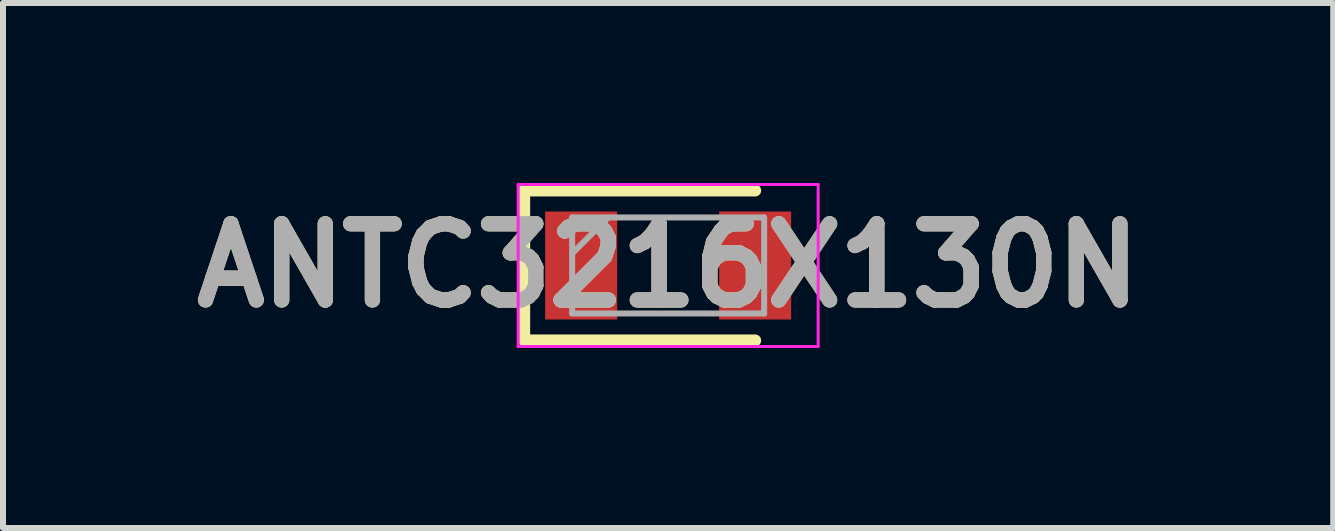
<source format=kicad_pcb>
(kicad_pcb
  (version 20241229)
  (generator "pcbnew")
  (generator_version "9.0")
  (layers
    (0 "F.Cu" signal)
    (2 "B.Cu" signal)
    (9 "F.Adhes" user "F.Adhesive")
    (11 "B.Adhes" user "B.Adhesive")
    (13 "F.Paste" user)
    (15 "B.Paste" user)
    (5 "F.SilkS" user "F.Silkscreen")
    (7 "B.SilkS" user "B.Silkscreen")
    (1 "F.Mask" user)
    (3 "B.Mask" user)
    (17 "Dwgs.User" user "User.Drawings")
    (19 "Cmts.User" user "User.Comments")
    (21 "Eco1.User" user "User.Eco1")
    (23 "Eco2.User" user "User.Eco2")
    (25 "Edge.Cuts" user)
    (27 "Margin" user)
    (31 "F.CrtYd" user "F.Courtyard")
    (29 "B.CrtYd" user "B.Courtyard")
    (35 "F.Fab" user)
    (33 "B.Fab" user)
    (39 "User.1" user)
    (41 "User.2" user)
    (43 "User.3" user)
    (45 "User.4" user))
  (footprint "ANTC3216X130N"
    (layer "F.Cu")
    (at 8.086 1.375)
    (property "Reference" "ANTC3216X130N" (at 0 0 0) (layer "F.SilkS") (effects (font (size 1.27 1.27) (thickness 0.254))))
    (attr smd)
    (fp_line (start -2.4 -1.25) (end -2.4 1.25) (stroke (width 0.2) (type solid)) (layer "F.SilkS"))
    (fp_line (start -2.4 1.25) (end 1.45 1.25) (stroke (width 0.2) (type solid)) (layer "F.SilkS"))
    (fp_line (start 1.45 -1.25) (end -2.4 -1.25) (stroke (width 0.2) (type solid)) (layer "F.SilkS"))
    (fp_line (start -2.5 -1.35) (end 2.5 -1.35) (stroke (width 0.05) (type solid)) (layer "F.CrtYd"))
    (fp_line (start -2.5 1.35) (end -2.5 -1.35) (stroke (width 0.05) (type solid)) (layer "F.CrtYd"))
    (fp_line (start 2.5 -1.35) (end 2.5 1.35) (stroke (width 0.05) (type solid)) (layer "F.CrtYd"))
    (fp_line (start 2.5 1.35) (end -2.5 1.35) (stroke (width 0.05) (type solid)) (layer "F.CrtYd"))
    (fp_line (start -1.6 -0.8) (end 1.6 -0.8) (stroke (width 0.1) (type solid)) (layer "F.Fab"))
    (fp_line (start -1.6 -0.2) (end -1 -0.8) (stroke (width 0.1) (type solid)) (layer "F.Fab"))
    (fp_line (start -1.6 0.8) (end -1.6 -0.8) (stroke (width 0.1) (type solid)) (layer "F.Fab"))
    (fp_line (start 1.6 -0.8) (end 1.6 0.8) (stroke (width 0.1) (type solid)) (layer "F.Fab"))
    (fp_line (start 1.6 0.8) (end -1.6 0.8) (stroke (width 0.1) (type solid)) (layer "F.Fab"))
    (fp_text user "${REFERENCE}" (at 0 0 0) (layer "F.Fab") (effects (font (size 1.27 1.27) (thickness 0.254))))
    (pad "1" smd rect (at -1.45 0) (size 1.2 1.8) (layers "F.Cu" "F.Mask" "F.Paste"))
    (pad "2" smd rect (at 1.45 0) (size 1.2 1.8) (layers "F.Cu" "F.Mask" "F.Paste")))
  (gr_rect
    (start -3 -3)
    (end 19.171 5.75)
    (stroke (width 0.1) (type default))
    (fill no)
    (layer "Edge.Cuts")))
</source>
